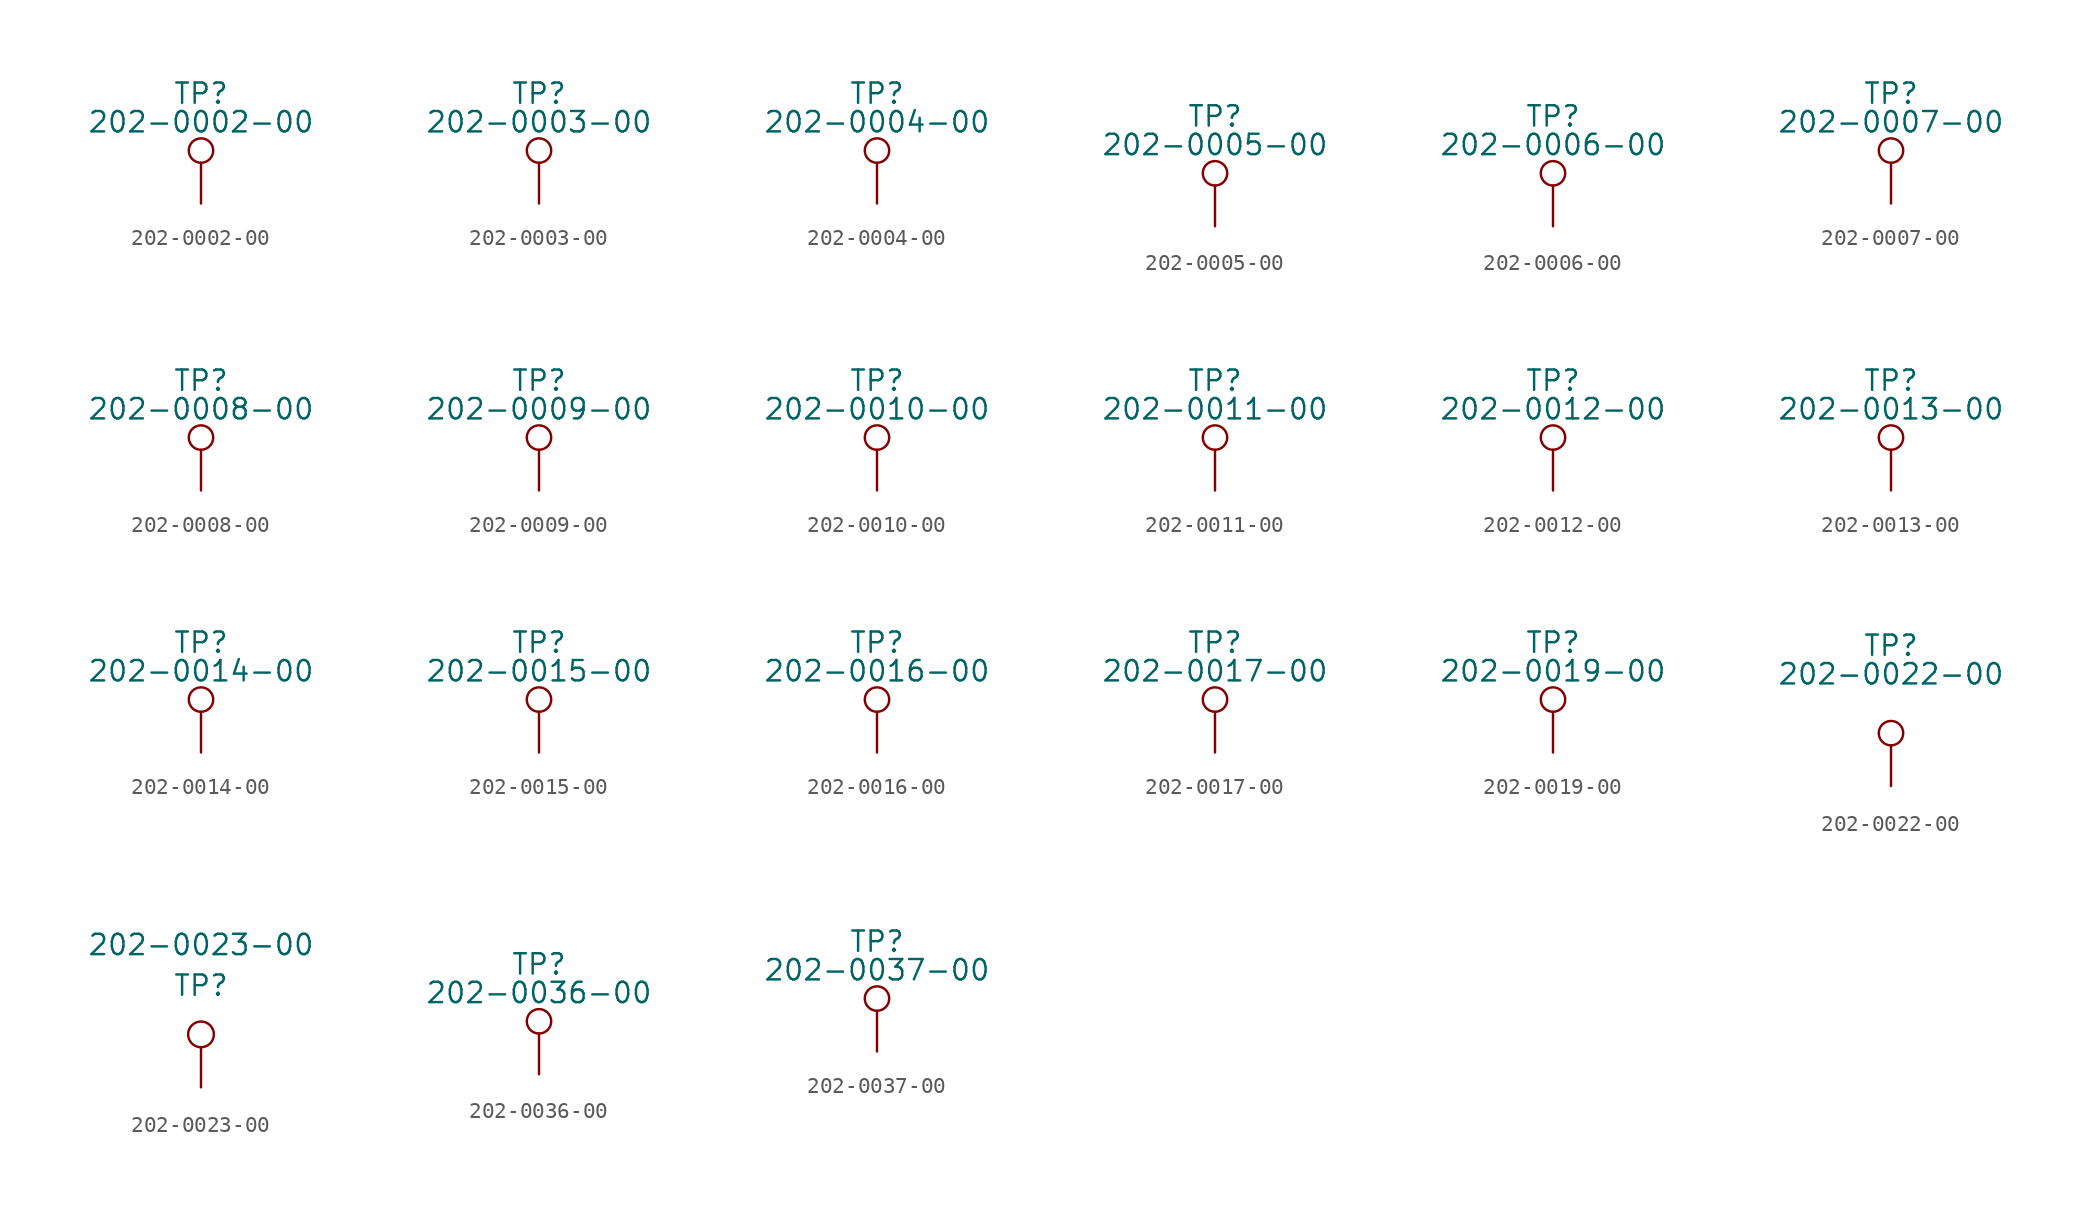
<source format=kicad_sym>
(kicad_symbol_lib
  (version 20211014)
  (generator kicad_symbol_editor)
  (symbol "202-0002-00"
    (pin_numbers hide)
    (pin_names
      (offset 0.762) hide)
    (property "Reference" "TP"
      (at 0 6.858 0)
      (effects (font (size 1.27 1.27))))
    (property "Value" "202-0002-00"
      (at 0 5.08 0)
      (effects (font (size 1.27 1.27))))
    (symbol "202-0002-00_0_1"
      (circle (center 0 3.302) (radius 0.762) (stroke (width 0) (type default) (color 0 0 0 0)) (fill (type none))))
    (symbol "202-0002-00_1_1"
      (pin passive line (at 0 0 90) (length 2.54) (name "1" (effects (font (size 1.27 1.27)))) (number "1" (effects (font (size 1.27 1.27)))))))
  (symbol "202-0003-00"
    (pin_numbers hide)
    (pin_names
      (offset 0.762) hide)
    (property "Reference" "TP"
      (at 0 6.858 0)
      (effects (font (size 1.27 1.27))))
    (property "Value" "202-0003-00"
      (at 0 5.08 0)
      (effects (font (size 1.27 1.27))))
    (symbol "202-0003-00_0_1"
      (circle (center 0 3.302) (radius 0.762) (stroke (width 0) (type default) (color 0 0 0 0)) (fill (type none))))
    (symbol "202-0003-00_1_1"
      (pin passive line (at 0 0 90) (length 2.54) (name "1" (effects (font (size 1.27 1.27)))) (number "1" (effects (font (size 1.27 1.27)))))))
  (symbol "202-0004-00"
    (pin_numbers hide)
    (pin_names
      (offset 0.762) hide)
    (property "Reference" "TP"
      (at 0 6.858 0)
      (effects (font (size 1.27 1.27))))
    (property "Value" "202-0004-00"
      (at 0 5.08 0)
      (effects (font (size 1.27 1.27))))
    (symbol "202-0004-00_0_1"
      (circle (center 0 3.302) (radius 0.762) (stroke (width 0) (type default) (color 0 0 0 0)) (fill (type none))))
    (symbol "202-0004-00_1_1"
      (pin passive line (at 0 0 90) (length 2.54) (name "1" (effects (font (size 1.27 1.27)))) (number "1" (effects (font (size 1.27 1.27)))))))
  (symbol "202-0005-00"
    (pin_numbers hide)
    (pin_names
      (offset 0.762) hide)
    (property "Reference" "TP"
      (at 0 6.858 0)
      (effects (font (size 1.27 1.27))))
    (property "Value" "202-0005-00"
      (at 0 5.08 0)
      (effects (font (size 1.27 1.27))))
    (property "Net" ""
      (at 0 8.89 0)
      (effects (font (size 1.27 1.27))))
    (symbol "202-0005-00_0_1"
      (circle (center 0 3.302) (radius 0.762) (stroke (width 0) (type default) (color 0 0 0 0)) (fill (type none))))
    (symbol "202-0005-00_1_1"
      (pin passive line (at 0 0 90) (length 2.54) (name "1" (effects (font (size 1.27 1.27)))) (number "1" (effects (font (size 1.27 1.27)))))))
  (symbol "202-0006-00"
    (pin_numbers hide)
    (pin_names
      (offset 0.762) hide)
    (property "Reference" "TP"
      (at 0 6.858 0)
      (effects (font (size 1.27 1.27))))
    (property "Value" "202-0006-00"
      (at 0 5.08 0)
      (effects (font (size 1.27 1.27))))
    (property "Net" ""
      (at 0 8.89 0)
      (effects (font (size 1.27 1.27))))
    (symbol "202-0006-00_0_1"
      (circle (center 0 3.302) (radius 0.762) (stroke (width 0) (type default) (color 0 0 0 0)) (fill (type none))))
    (symbol "202-0006-00_1_1"
      (pin passive line (at 0 0 90) (length 2.54) (name "1" (effects (font (size 1.27 1.27)))) (number "1" (effects (font (size 1.27 1.27)))))))
  (symbol "202-0007-00"
    (pin_numbers hide)
    (pin_names
      (offset 0.762) hide)
    (property "Reference" "TP"
      (at 0 6.858 0)
      (effects (font (size 1.27 1.27))))
    (property "Value" "202-0007-00"
      (at 0 5.08 0)
      (effects (font (size 1.27 1.27))))
    (symbol "202-0007-00_0_1"
      (circle (center 0 3.302) (radius 0.762) (stroke (width 0) (type default) (color 0 0 0 0)) (fill (type none))))
    (symbol "202-0007-00_1_1"
      (pin passive line (at 0 0 90) (length 2.54) (name "1" (effects (font (size 1.27 1.27)))) (number "1" (effects (font (size 1.27 1.27)))))))
  (symbol "202-0008-00"
    (pin_numbers hide)
    (pin_names
      (offset 0.762) hide)
    (property "Reference" "TP"
      (at 0 6.858 0)
      (effects (font (size 1.27 1.27))))
    (property "Value" "202-0008-00"
      (at 0 5.08 0)
      (effects (font (size 1.27 1.27))))
    (symbol "202-0008-00_0_1"
      (circle (center 0 3.302) (radius 0.762) (stroke (width 0) (type default) (color 0 0 0 0)) (fill (type none))))
    (symbol "202-0008-00_1_1"
      (pin passive line (at 0 0 90) (length 2.54) (name "1" (effects (font (size 1.27 1.27)))) (number "1" (effects (font (size 1.27 1.27)))))))
  (symbol "202-0009-00"
    (pin_numbers hide)
    (pin_names
      (offset 0.762) hide)
    (property "Reference" "TP"
      (at 0 6.858 0)
      (effects (font (size 1.27 1.27))))
    (property "Value" "202-0009-00"
      (at 0 5.08 0)
      (effects (font (size 1.27 1.27))))
    (symbol "202-0009-00_0_1"
      (circle (center 0 3.302) (radius 0.762) (stroke (width 0) (type default) (color 0 0 0 0)) (fill (type none))))
    (symbol "202-0009-00_1_1"
      (pin passive line (at 0 0 90) (length 2.54) (name "1" (effects (font (size 1.27 1.27)))) (number "1" (effects (font (size 1.27 1.27)))))))
  (symbol "202-0010-00"
    (pin_numbers hide)
    (pin_names
      (offset 0.762) hide)
    (property "Reference" "TP"
      (at 0 6.858 0)
      (effects (font (size 1.27 1.27))))
    (property "Value" "202-0010-00"
      (at 0 5.08 0)
      (effects (font (size 1.27 1.27))))
    (symbol "202-0010-00_0_1"
      (circle (center 0 3.302) (radius 0.762) (stroke (width 0) (type default) (color 0 0 0 0)) (fill (type none))))
    (symbol "202-0010-00_1_1"
      (pin passive line (at 0 0 90) (length 2.54) (name "1" (effects (font (size 1.27 1.27)))) (number "1" (effects (font (size 1.27 1.27)))))))
  (symbol "202-0011-00"
    (pin_numbers hide)
    (pin_names
      (offset 0.762) hide)
    (property "Reference" "TP"
      (at 0 6.858 0)
      (effects (font (size 1.27 1.27))))
    (property "Value" "202-0011-00"
      (at 0 5.08 0)
      (effects (font (size 1.27 1.27))))
    (symbol "202-0011-00_0_1"
      (circle (center 0 3.302) (radius 0.762) (stroke (width 0) (type default) (color 0 0 0 0)) (fill (type none))))
    (symbol "202-0011-00_1_1"
      (pin passive line (at 0 0 90) (length 2.54) (name "1" (effects (font (size 1.27 1.27)))) (number "1" (effects (font (size 1.27 1.27)))))))
  (symbol "202-0012-00"
    (pin_numbers hide)
    (pin_names
      (offset 0.762) hide)
    (property "Reference" "TP"
      (at 0 6.858 0)
      (effects (font (size 1.27 1.27))))
    (property "Value" "202-0012-00"
      (at 0 5.08 0)
      (effects (font (size 1.27 1.27))))
    (symbol "202-0012-00_0_1"
      (circle (center 0 3.302) (radius 0.762) (stroke (width 0) (type default) (color 0 0 0 0)) (fill (type none))))
    (symbol "202-0012-00_1_1"
      (pin passive line (at 0 0 90) (length 2.54) (name "1" (effects (font (size 1.27 1.27)))) (number "1" (effects (font (size 1.27 1.27)))))))
  (symbol "202-0013-00"
    (pin_numbers hide)
    (pin_names
      (offset 0.762) hide)
    (property "Reference" "TP"
      (at 0 6.858 0)
      (effects (font (size 1.27 1.27))))
    (property "Value" "202-0013-00"
      (at 0 5.08 0)
      (effects (font (size 1.27 1.27))))
    (symbol "202-0013-00_0_1"
      (circle (center 0 3.302) (radius 0.762) (stroke (width 0) (type default) (color 0 0 0 0)) (fill (type none))))
    (symbol "202-0013-00_1_1"
      (pin passive line (at 0 0 90) (length 2.54) (name "1" (effects (font (size 1.27 1.27)))) (number "1" (effects (font (size 1.27 1.27)))))))
  (symbol "202-0014-00"
    (pin_numbers hide)
    (pin_names
      (offset 0.762) hide)
    (property "Reference" "TP"
      (at 0 6.858 0)
      (effects (font (size 1.27 1.27))))
    (property "Value" "202-0014-00"
      (at 0 5.08 0)
      (effects (font (size 1.27 1.27))))
    (symbol "202-0014-00_0_1"
      (circle (center 0 3.302) (radius 0.762) (stroke (width 0) (type default) (color 0 0 0 0)) (fill (type none))))
    (symbol "202-0014-00_1_1"
      (pin passive line (at 0 0 90) (length 2.54) (name "1" (effects (font (size 1.27 1.27)))) (number "1" (effects (font (size 1.27 1.27)))))))
  (symbol "202-0015-00"
    (pin_numbers hide)
    (pin_names
      (offset 0.762) hide)
    (property "Reference" "TP"
      (at 0 6.858 0)
      (effects (font (size 1.27 1.27))))
    (property "Value" "202-0015-00"
      (at 0 5.08 0)
      (effects (font (size 1.27 1.27))))
    (symbol "202-0015-00_0_1"
      (circle (center 0 3.302) (radius 0.762) (stroke (width 0) (type default) (color 0 0 0 0)) (fill (type none))))
    (symbol "202-0015-00_1_1"
      (pin passive line (at 0 0 90) (length 2.54) (name "1" (effects (font (size 1.27 1.27)))) (number "1" (effects (font (size 1.27 1.27)))))))
  (symbol "202-0016-00"
    (pin_numbers hide)
    (pin_names
      (offset 0.762) hide)
    (property "Reference" "TP"
      (at 0 6.858 0)
      (effects (font (size 1.27 1.27))))
    (property "Value" "202-0016-00"
      (at 0 5.08 0)
      (effects (font (size 1.27 1.27))))
    (symbol "202-0016-00_0_1"
      (circle (center 0 3.302) (radius 0.762) (stroke (width 0) (type default) (color 0 0 0 0)) (fill (type none))))
    (symbol "202-0016-00_1_1"
      (pin passive line (at 0 0 90) (length 2.54) (name "1" (effects (font (size 1.27 1.27)))) (number "1" (effects (font (size 1.27 1.27)))))))
  (symbol "202-0017-00"
    (pin_numbers hide)
    (pin_names
      (offset 0.762) hide)
    (property "Reference" "TP"
      (at 0 6.858 0)
      (effects (font (size 1.27 1.27))))
    (property "Value" "202-0017-00"
      (at 0 5.08 0)
      (effects (font (size 1.27 1.27))))
    (symbol "202-0017-00_0_1"
      (circle (center 0 3.302) (radius 0.762) (stroke (width 0) (type default) (color 0 0 0 0)) (fill (type none))))
    (symbol "202-0017-00_1_1"
      (pin passive line (at 0 0 90) (length 2.54) (name "1" (effects (font (size 1.27 1.27)))) (number "1" (effects (font (size 1.27 1.27)))))))
  (symbol "202-0019-00"
    (pin_numbers hide)
    (pin_names
      (offset 0.762) hide)
    (property "Reference" "TP"
      (at 0 6.858 0)
      (effects (font (size 1.27 1.27))))
    (property "Value" "202-0019-00"
      (at 0 5.08 0)
      (effects (font (size 1.27 1.27))))
    (symbol "202-0019-00_0_1"
      (circle (center 0 3.302) (radius 0.762) (stroke (width 0) (type default) (color 0 0 0 0)) (fill (type none))))
    (symbol "202-0019-00_1_1"
      (pin passive line (at 0 0 90) (length 2.54) (name "1" (effects (font (size 1.27 1.27)))) (number "1" (effects (font (size 1.27 1.27)))))))
  (symbol "202-0022-00"
    (pin_numbers hide)
    (pin_names
      (offset 0.762) hide)
    (property "Reference" "TP"
      (at 0 8.763 0)
      (effects (font (size 1.27 1.27))))
    (property "Value" "202-0022-00"
      (at 0 6.985 0)
      (effects (font (size 1.27 1.27))))
    (property "Net" ""
      (at 0 5.08 0)
      (effects (font (size 1.27 1.27))))
    (symbol "202-0022-00_0_1"
      (circle (center 0 3.302) (radius 0.762) (stroke (width 0) (type default) (color 0 0 0 0)) (fill (type none))))
    (symbol "202-0022-00_1_1"
      (pin passive line (at 0 0 90) (length 2.54) (name "1" (effects (font (size 1.27 1.27)))) (number "1" (effects (font (size 1.27 1.27)))))))
  (symbol "202-0023-00"
    (pin_numbers hide)
    (pin_names
      (offset 0.762) hide)
    (property "Reference" "TP"
      (at 0 6.35 0)
      (effects (font (size 1.27 1.27))))
    (property "Value" "202-0023-00"
      (at 0 8.89 0)
      (effects (font (size 1.27 1.27))))
    (symbol "202-0023-00_0_1"
      (circle (center 0 3.302) (radius 0.803) (stroke (width 0) (type default) (color 0 0 0 0)) (fill (type none))))
    (symbol "202-0023-00_1_1"
      (pin passive line (at 0 0 90) (length 2.5) (name "" (effects (font (size 1.27 1.27)))) (number "" (effects (font (size 1.27 1.27)))))))
  (symbol "202-0036-00"
    (pin_numbers hide)
    (pin_names hide)
    (property "Reference" "TP"
      (at 0 6.858 0)
      (effects (font (size 1.27 1.27))))
    (property "Value" "202-0036-00"
      (at 0 5.08 0)
      (effects (font (size 1.27 1.27))))
    (property "Net" ""
      (at 0 8.89 0)
      (effects (font (size 1.27 1.27))))
    (symbol "202-0036-00_0_1"
      (circle (center 0 3.302) (radius 0.762) (stroke (width 0) (type default) (color 0 0 0 0)) (fill (type none))))
    (symbol "202-0036-00_1_1"
      (pin passive line (at 0 0 90) (length 2.54) (name "1" (effects (font (size 1.27 1.27)))) (number "1" (effects (font (size 1.27 1.27)))))))
  (symbol "202-0037-00"
    (pin_numbers hide)
    (pin_names hide)
    (property "Reference" "TP"
      (at 0 6.858 0)
      (effects (font (size 1.27 1.27))))
    (property "Value" "202-0037-00"
      (at 0 5.08 0)
      (effects (font (size 1.27 1.27))))
    (property "Net" ""
      (at 0 0 0)
      (effects (font (size 1.27 1.27))))
    (symbol "202-0037-00_0_1"
      (circle (center 0 3.302) (radius 0.762) (stroke (width 0) (type default) (color 0 0 0 0)) (fill (type none))))
    (symbol "202-0037-00_1_1"
      (pin passive line (at 0 0 90) (length 2.54) (name "1" (effects (font (size 1.27 1.27)))) (number "1" (effects (font (size 1.27 1.27))))))))
</source>
